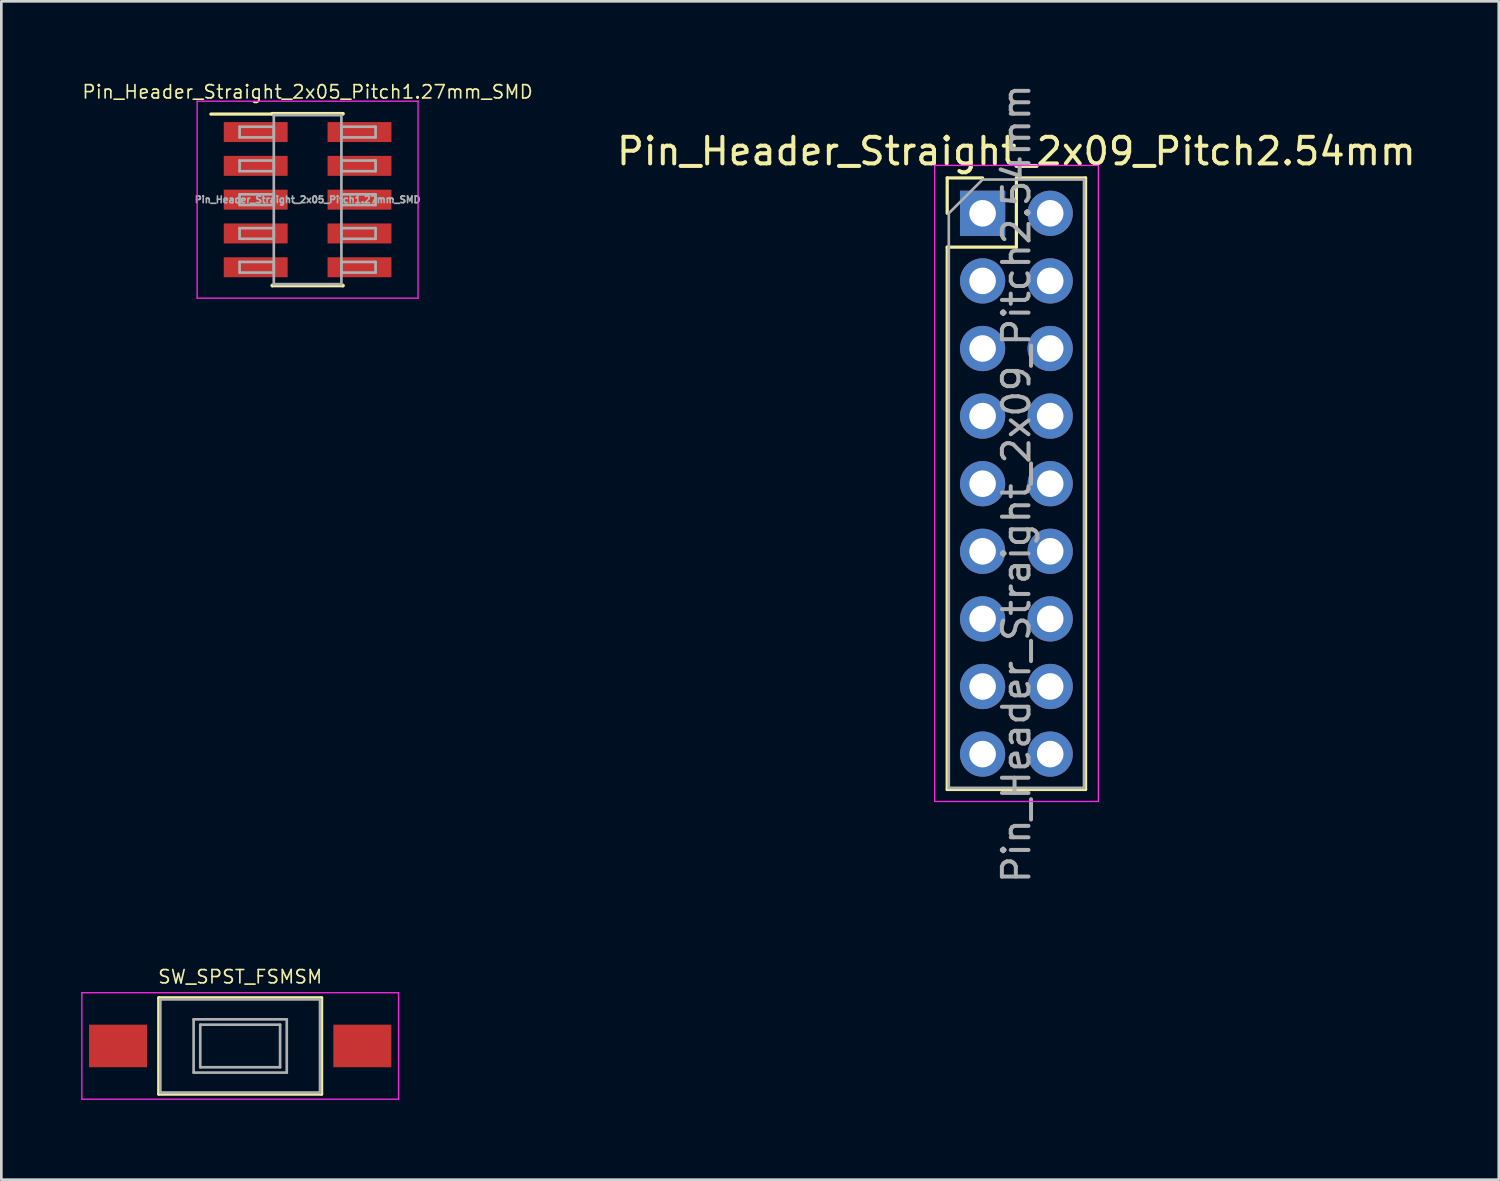
<source format=kicad_pcb>
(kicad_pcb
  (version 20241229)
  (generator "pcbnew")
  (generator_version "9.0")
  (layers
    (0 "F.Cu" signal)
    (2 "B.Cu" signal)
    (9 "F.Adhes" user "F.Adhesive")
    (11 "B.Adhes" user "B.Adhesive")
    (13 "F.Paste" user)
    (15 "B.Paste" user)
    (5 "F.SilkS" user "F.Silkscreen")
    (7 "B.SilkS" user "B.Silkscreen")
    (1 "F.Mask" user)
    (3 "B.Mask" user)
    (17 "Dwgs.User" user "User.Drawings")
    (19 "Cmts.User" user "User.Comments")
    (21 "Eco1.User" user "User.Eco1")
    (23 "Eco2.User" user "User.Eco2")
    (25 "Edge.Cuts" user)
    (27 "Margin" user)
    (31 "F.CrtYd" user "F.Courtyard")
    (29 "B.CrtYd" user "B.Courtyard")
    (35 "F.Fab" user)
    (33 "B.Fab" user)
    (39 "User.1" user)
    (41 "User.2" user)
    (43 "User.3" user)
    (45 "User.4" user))
  (footprint "SW_SPST_FSMSM"
    (layer "F.Cu")
    (at 5.975 36.252)
    (property "Reference" "SW_SPST_FSMSM" (at 0 -2.6 0) (layer "F.SilkS") (effects (font (size 0.5 0.5) (thickness 0.062))))
    (attr smd)
    (fp_line (start -3.06 -1.81) (end 3.06 -1.81) (stroke (width 0.12) (type solid)) (layer "F.SilkS"))
    (fp_line (start -3.06 1.81) (end -3.06 -1.81) (stroke (width 0.12) (type solid)) (layer "F.SilkS"))
    (fp_line (start 3.06 -1.81) (end 3.06 1.81) (stroke (width 0.12) (type solid)) (layer "F.SilkS"))
    (fp_line (start 3.06 1.81) (end -3.06 1.81) (stroke (width 0.12) (type solid)) (layer "F.SilkS"))
    (fp_line (start -5.95 -2) (end -5.95 2) (stroke (width 0.05) (type solid)) (layer "F.CrtYd"))
    (fp_line (start -5.95 -2) (end 5.95 -2) (stroke (width 0.05) (type solid)) (layer "F.CrtYd"))
    (fp_line (start -5.95 2) (end 5.95 2) (stroke (width 0.05) (type solid)) (layer "F.CrtYd"))
    (fp_line (start 5.95 -2) (end 5.95 2) (stroke (width 0.05) (type solid)) (layer "F.CrtYd"))
    (fp_line (start -3 -1.75) (end -3 1.75) (stroke (width 0.1) (type solid)) (layer "F.Fab"))
    (fp_line (start -3 -1.75) (end 3 -1.75) (stroke (width 0.1) (type solid)) (layer "F.Fab"))
    (fp_line (start -3 1.75) (end 3 1.75) (stroke (width 0.1) (type solid)) (layer "F.Fab"))
    (fp_line (start -1.75 -1) (end 1.75 -1) (stroke (width 0.1) (type solid)) (layer "F.Fab"))
    (fp_line (start -1.75 1) (end -1.75 -1) (stroke (width 0.1) (type solid)) (layer "F.Fab"))
    (fp_line (start -1.5 -0.8) (end -1.5 0.8) (stroke (width 0.1) (type solid)) (layer "F.Fab"))
    (fp_line (start -1.5 -0.8) (end 1.5 -0.8) (stroke (width 0.1) (type solid)) (layer "F.Fab"))
    (fp_line (start -1.5 0.8) (end 1.5 0.8) (stroke (width 0.1) (type solid)) (layer "F.Fab"))
    (fp_line (start 1.5 -0.8) (end 1.5 0.8) (stroke (width 0.1) (type solid)) (layer "F.Fab"))
    (fp_line (start 1.75 -1) (end 1.75 1) (stroke (width 0.1) (type solid)) (layer "F.Fab"))
    (fp_line (start 1.75 1) (end -1.75 1) (stroke (width 0.1) (type solid)) (layer "F.Fab"))
    (fp_line (start 3 -1.75) (end 3 1.75) (stroke (width 0.1) (type solid)) (layer "F.Fab"))
    (pad "1" smd rect (at -4.59 0) (size 2.18 1.6) (layers "F.Cu" "F.Mask" "F.Paste"))
    (pad "2" smd rect (at 4.59 0) (size 2.18 1.6) (layers "F.Cu" "F.Mask" "F.Paste")))
  (footprint "Pin_Header_Straight_2x05_Pitch1.27mm_SMD"
    (layer "F.Cu")
    (at 8.508 4.452)
    (property "Reference" "Pin_Header_Straight_2x05_Pitch1.27mm_SMD" (at 0 -4.05 0) (layer "F.SilkS") (effects (font (size 0.5 0.5) (thickness 0.062))))
    (attr smd)
    (fp_line (start -3.635 -3.215) (end -1.33 -3.215) (stroke (width 0.12) (type solid)) (layer "F.SilkS"))
    (fp_line (start -1.33 -3.235) (end 1.33 -3.235) (stroke (width 0.12) (type solid)) (layer "F.SilkS"))
    (fp_line (start -1.33 -3.215) (end -1.33 -3.235) (stroke (width 0.12) (type solid)) (layer "F.SilkS"))
    (fp_line (start -1.33 3.215) (end -1.33 3.235) (stroke (width 0.12) (type solid)) (layer "F.SilkS"))
    (fp_line (start -1.33 3.235) (end 1.33 3.235) (stroke (width 0.12) (type solid)) (layer "F.SilkS"))
    (fp_line (start 1.33 -3.235) (end 1.33 -3.215) (stroke (width 0.12) (type solid)) (layer "F.SilkS"))
    (fp_line (start 1.33 3.235) (end 1.33 3.215) (stroke (width 0.12) (type solid)) (layer "F.SilkS"))
    (fp_line (start -4.15 -3.7) (end -4.15 3.7) (stroke (width 0.05) (type solid)) (layer "F.CrtYd"))
    (fp_line (start -4.15 3.7) (end 4.15 3.7) (stroke (width 0.05) (type solid)) (layer "F.CrtYd"))
    (fp_line (start 4.15 -3.7) (end -4.15 -3.7) (stroke (width 0.05) (type solid)) (layer "F.CrtYd"))
    (fp_line (start 4.15 3.7) (end 4.15 -3.7) (stroke (width 0.05) (type solid)) (layer "F.CrtYd"))
    (fp_line (start -2.555 -2.74) (end -1.27 -2.74) (stroke (width 0.1) (type solid)) (layer "F.Fab"))
    (fp_line (start -2.555 -2.34) (end -2.555 -2.74) (stroke (width 0.1) (type solid)) (layer "F.Fab"))
    (fp_line (start -2.555 -1.47) (end -1.27 -1.47) (stroke (width 0.1) (type solid)) (layer "F.Fab"))
    (fp_line (start -2.555 -1.07) (end -2.555 -1.47) (stroke (width 0.1) (type solid)) (layer "F.Fab"))
    (fp_line (start -2.555 -0.2) (end -1.27 -0.2) (stroke (width 0.1) (type solid)) (layer "F.Fab"))
    (fp_line (start -2.555 0.2) (end -2.555 -0.2) (stroke (width 0.1) (type solid)) (layer "F.Fab"))
    (fp_line (start -2.555 1.07) (end -1.27 1.07) (stroke (width 0.1) (type solid)) (layer "F.Fab"))
    (fp_line (start -2.555 1.47) (end -2.555 1.07) (stroke (width 0.1) (type solid)) (layer "F.Fab"))
    (fp_line (start -2.555 2.34) (end -1.27 2.34) (stroke (width 0.1) (type solid)) (layer "F.Fab"))
    (fp_line (start -2.555 2.74) (end -2.555 2.34) (stroke (width 0.1) (type solid)) (layer "F.Fab"))
    (fp_line (start -1.27 -3.175) (end -1.27 3.175) (stroke (width 0.1) (type solid)) (layer "F.Fab"))
    (fp_line (start -1.27 -2.74) (end -1.27 -2.34) (stroke (width 0.1) (type solid)) (layer "F.Fab"))
    (fp_line (start -1.27 -2.34) (end -2.555 -2.34) (stroke (width 0.1) (type solid)) (layer "F.Fab"))
    (fp_line (start -1.27 -1.47) (end -1.27 -1.07) (stroke (width 0.1) (type solid)) (layer "F.Fab"))
    (fp_line (start -1.27 -1.07) (end -2.555 -1.07) (stroke (width 0.1) (type solid)) (layer "F.Fab"))
    (fp_line (start -1.27 -0.2) (end -1.27 0.2) (stroke (width 0.1) (type solid)) (layer "F.Fab"))
    (fp_line (start -1.27 0.2) (end -2.555 0.2) (stroke (width 0.1) (type solid)) (layer "F.Fab"))
    (fp_line (start -1.27 1.07) (end -1.27 1.47) (stroke (width 0.1) (type solid)) (layer "F.Fab"))
    (fp_line (start -1.27 1.47) (end -2.555 1.47) (stroke (width 0.1) (type solid)) (layer "F.Fab"))
    (fp_line (start -1.27 2.34) (end -1.27 2.74) (stroke (width 0.1) (type solid)) (layer "F.Fab"))
    (fp_line (start -1.27 2.74) (end -2.555 2.74) (stroke (width 0.1) (type solid)) (layer "F.Fab"))
    (fp_line (start -1.27 3.175) (end 1.27 3.175) (stroke (width 0.1) (type solid)) (layer "F.Fab"))
    (fp_line (start 1.27 -3.175) (end -1.27 -3.175) (stroke (width 0.1) (type solid)) (layer "F.Fab"))
    (fp_line (start 1.27 -2.74) (end 1.27 -2.34) (stroke (width 0.1) (type solid)) (layer "F.Fab"))
    (fp_line (start 1.27 -2.34) (end 2.555 -2.34) (stroke (width 0.1) (type solid)) (layer "F.Fab"))
    (fp_line (start 1.27 -1.47) (end 1.27 -1.07) (stroke (width 0.1) (type solid)) (layer "F.Fab"))
    (fp_line (start 1.27 -1.07) (end 2.555 -1.07) (stroke (width 0.1) (type solid)) (layer "F.Fab"))
    (fp_line (start 1.27 -0.2) (end 1.27 0.2) (stroke (width 0.1) (type solid)) (layer "F.Fab"))
    (fp_line (start 1.27 0.2) (end 2.555 0.2) (stroke (width 0.1) (type solid)) (layer "F.Fab"))
    (fp_line (start 1.27 1.07) (end 1.27 1.47) (stroke (width 0.1) (type solid)) (layer "F.Fab"))
    (fp_line (start 1.27 1.47) (end 2.555 1.47) (stroke (width 0.1) (type solid)) (layer "F.Fab"))
    (fp_line (start 1.27 2.34) (end 1.27 2.74) (stroke (width 0.1) (type solid)) (layer "F.Fab"))
    (fp_line (start 1.27 2.74) (end 2.555 2.74) (stroke (width 0.1) (type solid)) (layer "F.Fab"))
    (fp_line (start 1.27 3.175) (end 1.27 -3.175) (stroke (width 0.1) (type solid)) (layer "F.Fab"))
    (fp_line (start 2.555 -2.74) (end 1.27 -2.74) (stroke (width 0.1) (type solid)) (layer "F.Fab"))
    (fp_line (start 2.555 -2.34) (end 2.555 -2.74) (stroke (width 0.1) (type solid)) (layer "F.Fab"))
    (fp_line (start 2.555 -1.47) (end 1.27 -1.47) (stroke (width 0.1) (type solid)) (layer "F.Fab"))
    (fp_line (start 2.555 -1.07) (end 2.555 -1.47) (stroke (width 0.1) (type solid)) (layer "F.Fab"))
    (fp_line (start 2.555 -0.2) (end 1.27 -0.2) (stroke (width 0.1) (type solid)) (layer "F.Fab"))
    (fp_line (start 2.555 0.2) (end 2.555 -0.2) (stroke (width 0.1) (type solid)) (layer "F.Fab"))
    (fp_line (start 2.555 1.07) (end 1.27 1.07) (stroke (width 0.1) (type solid)) (layer "F.Fab"))
    (fp_line (start 2.555 1.47) (end 2.555 1.07) (stroke (width 0.1) (type solid)) (layer "F.Fab"))
    (fp_line (start 2.555 2.34) (end 1.27 2.34) (stroke (width 0.1) (type solid)) (layer "F.Fab"))
    (fp_line (start 2.555 2.74) (end 2.555 2.34) (stroke (width 0.1) (type solid)) (layer "F.Fab"))
    (fp_text user "${REFERENCE}" (at 0 0 0) (layer "F.Fab") (effects (font (size 0.25 0.25) (thickness 0.062))))
    (pad "1" smd rect (at -1.95 -2.54) (size 2.4 0.75) (layers "F.Cu" "F.Mask" "F.Paste"))
    (pad "2" smd rect (at 1.95 -2.54) (size 2.4 0.75) (layers "F.Cu" "F.Mask" "F.Paste"))
    (pad "3" smd rect (at -1.95 -1.27) (size 2.4 0.75) (layers "F.Cu" "F.Mask" "F.Paste"))
    (pad "4" smd rect (at 1.95 -1.27) (size 2.4 0.75) (layers "F.Cu" "F.Mask" "F.Paste"))
    (pad "5" smd rect (at -1.95 0) (size 2.4 0.75) (layers "F.Cu" "F.Mask" "F.Paste"))
    (pad "6" smd rect (at 1.95 0) (size 2.4 0.75) (layers "F.Cu" "F.Mask" "F.Paste"))
    (pad "7" smd rect (at -1.95 1.27) (size 2.4 0.75) (layers "F.Cu" "F.Mask" "F.Paste"))
    (pad "8" smd rect (at 1.95 1.27) (size 2.4 0.75) (layers "F.Cu" "F.Mask" "F.Paste"))
    (pad "9" smd rect (at -1.95 2.54) (size 2.4 0.75) (layers "F.Cu" "F.Mask" "F.Paste"))
    (pad "10" smd rect (at 1.95 2.54) (size 2.4 0.75) (layers "F.Cu" "F.Mask" "F.Paste")))
  (footprint "Pin_Header_Straight_2x09_Pitch2.54mm"
    (layer "F.Cu")
    (at 33.871 4.965)
    (property "Reference" "Pin_Header_Straight_2x09_Pitch2.54mm" (at 1.27 -2.33 0) (layer "F.SilkS") (effects (font (size 1 1) (thickness 0.15))))
    (attr through_hole)
    (fp_line (start -1.33 -1.33) (end 0 -1.33) (stroke (width 0.12) (type solid)) (layer "F.SilkS"))
    (fp_line (start -1.33 0) (end -1.33 -1.33) (stroke (width 0.12) (type solid)) (layer "F.SilkS"))
    (fp_line (start -1.33 1.27) (end -1.33 21.65) (stroke (width 0.12) (type solid)) (layer "F.SilkS"))
    (fp_line (start -1.33 1.27) (end 1.27 1.27) (stroke (width 0.12) (type solid)) (layer "F.SilkS"))
    (fp_line (start -1.33 21.65) (end 3.87 21.65) (stroke (width 0.12) (type solid)) (layer "F.SilkS"))
    (fp_line (start 1.27 -1.33) (end 3.87 -1.33) (stroke (width 0.12) (type solid)) (layer "F.SilkS"))
    (fp_line (start 1.27 1.27) (end 1.27 -1.33) (stroke (width 0.12) (type solid)) (layer "F.SilkS"))
    (fp_line (start 3.87 -1.33) (end 3.87 21.65) (stroke (width 0.12) (type solid)) (layer "F.SilkS"))
    (fp_line (start -1.8 -1.8) (end -1.8 22.1) (stroke (width 0.05) (type solid)) (layer "F.CrtYd"))
    (fp_line (start -1.8 22.1) (end 4.35 22.1) (stroke (width 0.05) (type solid)) (layer "F.CrtYd"))
    (fp_line (start 4.35 -1.8) (end -1.8 -1.8) (stroke (width 0.05) (type solid)) (layer "F.CrtYd"))
    (fp_line (start 4.35 22.1) (end 4.35 -1.8) (stroke (width 0.05) (type solid)) (layer "F.CrtYd"))
    (fp_line (start -1.27 0) (end 0 -1.27) (stroke (width 0.1) (type solid)) (layer "F.Fab"))
    (fp_line (start -1.27 21.59) (end -1.27 0) (stroke (width 0.1) (type solid)) (layer "F.Fab"))
    (fp_line (start 0 -1.27) (end 3.81 -1.27) (stroke (width 0.1) (type solid)) (layer "F.Fab"))
    (fp_line (start 3.81 -1.27) (end 3.81 21.59) (stroke (width 0.1) (type solid)) (layer "F.Fab"))
    (fp_line (start 3.81 21.59) (end -1.27 21.59) (stroke (width 0.1) (type solid)) (layer "F.Fab"))
    (fp_text user "${REFERENCE}" (at 1.27 10.16 90) (layer "F.Fab") (effects (font (size 1 1) (thickness 0.15))))
    (pad "1" thru_hole rect (at 0 0) (size 1.7 1.7) (drill 1) (layers "*.Cu" "*.Mask"))
    (pad "2" thru_hole oval (at 2.54 0) (size 1.7 1.7) (drill 1) (layers "*.Cu" "*.Mask"))
    (pad "3" thru_hole oval (at 0 2.54) (size 1.7 1.7) (drill 1) (layers "*.Cu" "*.Mask"))
    (pad "4" thru_hole oval (at 2.54 2.54) (size 1.7 1.7) (drill 1) (layers "*.Cu" "*.Mask"))
    (pad "5" thru_hole oval (at 0 5.08) (size 1.7 1.7) (drill 1) (layers "*.Cu" "*.Mask"))
    (pad "6" thru_hole oval (at 2.54 5.08) (size 1.7 1.7) (drill 1) (layers "*.Cu" "*.Mask"))
    (pad "7" thru_hole oval (at 0 7.62) (size 1.7 1.7) (drill 1) (layers "*.Cu" "*.Mask"))
    (pad "8" thru_hole oval (at 2.54 7.62) (size 1.7 1.7) (drill 1) (layers "*.Cu" "*.Mask"))
    (pad "9" thru_hole oval (at 0 10.16) (size 1.7 1.7) (drill 1) (layers "*.Cu" "*.Mask"))
    (pad "10" thru_hole oval (at 2.54 10.16) (size 1.7 1.7) (drill 1) (layers "*.Cu" "*.Mask"))
    (pad "11" thru_hole oval (at 0 12.7) (size 1.7 1.7) (drill 1) (layers "*.Cu" "*.Mask"))
    (pad "12" thru_hole oval (at 2.54 12.7) (size 1.7 1.7) (drill 1) (layers "*.Cu" "*.Mask"))
    (pad "13" thru_hole oval (at 0 15.24) (size 1.7 1.7) (drill 1) (layers "*.Cu" "*.Mask"))
    (pad "14" thru_hole oval (at 2.54 15.24) (size 1.7 1.7) (drill 1) (layers "*.Cu" "*.Mask"))
    (pad "15" thru_hole oval (at 0 17.78) (size 1.7 1.7) (drill 1) (layers "*.Cu" "*.Mask"))
    (pad "16" thru_hole oval (at 2.54 17.78) (size 1.7 1.7) (drill 1) (layers "*.Cu" "*.Mask"))
    (pad "17" thru_hole oval (at 0 20.32) (size 1.7 1.7) (drill 1) (layers "*.Cu" "*.Mask"))
    (pad "18" thru_hole oval (at 2.54 20.32) (size 1.7 1.7) (drill 1) (layers "*.Cu" "*.Mask")))
  (gr_rect
    (start -3 -3)
    (end 53.266 41.277)
    (stroke (width 0.1) (type default))
    (fill no)
    (layer "Edge.Cuts")))
</source>
